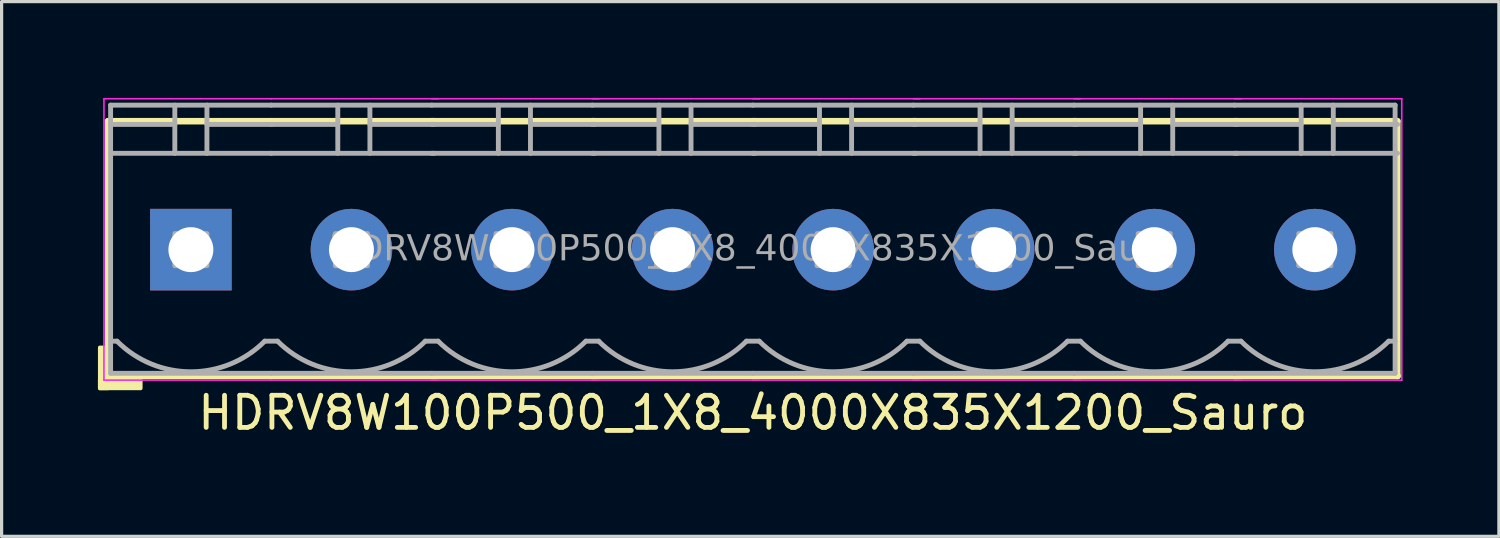
<source format=kicad_pcb>
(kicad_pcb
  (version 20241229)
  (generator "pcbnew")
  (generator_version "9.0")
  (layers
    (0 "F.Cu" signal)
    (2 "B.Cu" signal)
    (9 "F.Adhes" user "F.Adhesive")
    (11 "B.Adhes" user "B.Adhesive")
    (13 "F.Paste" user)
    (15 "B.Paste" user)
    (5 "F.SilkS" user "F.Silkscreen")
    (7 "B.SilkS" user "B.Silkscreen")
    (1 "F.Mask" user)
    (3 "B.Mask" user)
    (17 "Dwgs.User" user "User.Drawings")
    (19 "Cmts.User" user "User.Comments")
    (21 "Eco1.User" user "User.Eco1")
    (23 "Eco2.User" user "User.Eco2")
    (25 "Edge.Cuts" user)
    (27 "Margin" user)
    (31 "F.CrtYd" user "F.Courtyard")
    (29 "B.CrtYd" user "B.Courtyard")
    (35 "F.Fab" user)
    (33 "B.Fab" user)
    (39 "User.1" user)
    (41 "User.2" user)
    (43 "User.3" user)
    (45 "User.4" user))
  (footprint "HDRV8W100P500_1X8_4000X835X1200_Sauro"
    (layer "F.Cu")
    (at 20.394 4.724)
    (property "Reference" "HDRV8W100P500_1X8_4000X835X1200_Sauro" (at 0 5.08 0) (layer "F.SilkS") (effects (font (size 1 1) (thickness 0.15))))
    (attr through_hole)
    (fp_line (start -20.08 -4) (end -20.08 3.937) (stroke (width 0.203) (type solid)) (layer "F.SilkS"))
    (fp_line (start -20.08 3.937) (end -15 3.937) (stroke (width 0.203) (type solid)) (layer "F.SilkS"))
    (fp_line (start -15.005 -4) (end -20.08 -4) (stroke (width 0.203) (type solid)) (layer "F.SilkS"))
    (fp_line (start -15 3.937) (end -9.92 3.937) (stroke (width 0.203) (type solid)) (layer "F.SilkS"))
    (fp_line (start -10 3.937) (end -4.92 3.937) (stroke (width 0.203) (type solid)) (layer "F.SilkS"))
    (fp_line (start -9.93 -4) (end -15.005 -4) (stroke (width 0.203) (type solid)) (layer "F.SilkS"))
    (fp_line (start -5 3.937) (end 0.08 3.937) (stroke (width 0.203) (type solid)) (layer "F.SilkS"))
    (fp_line (start -4.93 -4) (end -10.005 -4) (stroke (width 0.203) (type solid)) (layer "F.SilkS"))
    (fp_line (start 0 3.937) (end 5.08 3.937) (stroke (width 0.203) (type solid)) (layer "F.SilkS"))
    (fp_line (start 0.07 -4) (end -5.005 -4) (stroke (width 0.203) (type solid)) (layer "F.SilkS"))
    (fp_line (start 5 3.937) (end 10.08 3.937) (stroke (width 0.203) (type solid)) (layer "F.SilkS"))
    (fp_line (start 5.07 -4) (end -0.005 -4) (stroke (width 0.203) (type solid)) (layer "F.SilkS"))
    (fp_line (start 10 3.937) (end 15.08 3.937) (stroke (width 0.203) (type solid)) (layer "F.SilkS"))
    (fp_line (start 10.07 -4) (end 4.995 -4) (stroke (width 0.203) (type solid)) (layer "F.SilkS"))
    (fp_line (start 15 3.937) (end 20.08 3.937) (stroke (width 0.203) (type solid)) (layer "F.SilkS"))
    (fp_line (start 15.07 -4) (end 9.995 -4) (stroke (width 0.203) (type solid)) (layer "F.SilkS"))
    (fp_line (start 20.07 -4) (end 14.995 -4) (stroke (width 0.203) (type solid)) (layer "F.SilkS"))
    (fp_line (start 20.07 -4) (end 20.07 3.937) (stroke (width 0.203) (type solid)) (layer "F.SilkS"))
    (fp_rect (start -20.08 3.048) (end -20.334 4.318) (stroke (width 0.12) (type solid)) (fill yes) (layer "F.SilkS"))
    (fp_rect (start -19.064 4.318) (end -20.334 4.064) (stroke (width 0.12) (type solid)) (fill yes) (layer "F.SilkS"))
    (fp_line (start -20.207 4.064) (end -20.207 -4.699) (stroke (width 0.05) (type solid)) (layer "F.CrtYd"))
    (fp_line (start -15.005 4.064) (end -20.207 4.064) (stroke (width 0.05) (type solid)) (layer "F.CrtYd"))
    (fp_line (start -15 -4.699) (end -20.207 -4.699) (stroke (width 0.05) (type solid)) (layer "F.CrtYd"))
    (fp_line (start -9.793 -4.699) (end -15 -4.699) (stroke (width 0.05) (type solid)) (layer "F.CrtYd"))
    (fp_line (start -9.793 4.064) (end -15.005 4.064) (stroke (width 0.05) (type solid)) (layer "F.CrtYd"))
    (fp_line (start -4.793 -4.699) (end -10 -4.699) (stroke (width 0.05) (type solid)) (layer "F.CrtYd"))
    (fp_line (start -4.793 4.064) (end -10.005 4.064) (stroke (width 0.05) (type solid)) (layer "F.CrtYd"))
    (fp_line (start 0.207 -4.699) (end -5 -4.699) (stroke (width 0.05) (type solid)) (layer "F.CrtYd"))
    (fp_line (start 0.207 4.064) (end -5.005 4.064) (stroke (width 0.05) (type solid)) (layer "F.CrtYd"))
    (fp_line (start 5.207 -4.699) (end 0 -4.699) (stroke (width 0.05) (type solid)) (layer "F.CrtYd"))
    (fp_line (start 5.207 4.064) (end -0.005 4.064) (stroke (width 0.05) (type solid)) (layer "F.CrtYd"))
    (fp_line (start 10.207 -4.699) (end 5 -4.699) (stroke (width 0.05) (type solid)) (layer "F.CrtYd"))
    (fp_line (start 10.207 4.064) (end 4.995 4.064) (stroke (width 0.05) (type solid)) (layer "F.CrtYd"))
    (fp_line (start 15.207 -4.699) (end 10 -4.699) (stroke (width 0.05) (type solid)) (layer "F.CrtYd"))
    (fp_line (start 15.207 4.064) (end 9.995 4.064) (stroke (width 0.05) (type solid)) (layer "F.CrtYd"))
    (fp_line (start 20.207 -4.699) (end 15 -4.699) (stroke (width 0.05) (type solid)) (layer "F.CrtYd"))
    (fp_line (start 20.207 -4.699) (end 20.207 4.064) (stroke (width 0.05) (type solid)) (layer "F.CrtYd"))
    (fp_line (start 20.207 4.064) (end 14.995 4.064) (stroke (width 0.05) (type solid)) (layer "F.CrtYd"))
    (fp_line (start -20 -4.5) (end -20 3.85) (stroke (width 0.152) (type solid)) (layer "F.Fab"))
    (fp_line (start -19.8 2.85) (end -20 2.85) (stroke (width 0.152) (type solid)) (layer "F.Fab"))
    (fp_line (start -18 -4.5) (end -18 -3) (stroke (width 0.152) (type default)) (layer "F.Fab"))
    (fp_line (start -18 -3.9) (end -20 -3.9) (stroke (width 0.152) (type solid)) (layer "F.Fab"))
    (fp_line (start -17 -4.5) (end -17 -3) (stroke (width 0.152) (type default)) (layer "F.Fab"))
    (fp_line (start -17 -3.9) (end -15 -3.9) (stroke (width 0.152) (type solid)) (layer "F.Fab"))
    (fp_line (start -15.2 2.85) (end -14.8 2.85) (stroke (width 0.152) (type solid)) (layer "F.Fab"))
    (fp_line (start -15 -4.5) (end -20 -4.5) (stroke (width 0.152) (type solid)) (layer "F.Fab"))
    (fp_line (start -15 -3) (end -20 -3) (stroke (width 0.152) (type solid)) (layer "F.Fab"))
    (fp_line (start -15 3.85) (end -20 3.85) (stroke (width 0.152) (type solid)) (layer "F.Fab"))
    (fp_line (start -15 3.85) (end -10 3.85) (stroke (width 0.152) (type solid)) (layer "F.Fab"))
    (fp_line (start -12.925 -4.5) (end -12.925 -3) (stroke (width 0.152) (type default)) (layer "F.Fab"))
    (fp_line (start -12.925 -3.9) (end -15 -3.9) (stroke (width 0.152) (type solid)) (layer "F.Fab"))
    (fp_line (start -11.925 -4.5) (end -11.925 -3) (stroke (width 0.152) (type default)) (layer "F.Fab"))
    (fp_line (start -11.925 -3.9) (end -9.925 -3.9) (stroke (width 0.152) (type solid)) (layer "F.Fab"))
    (fp_line (start -10.2 2.85) (end -9.8 2.85) (stroke (width 0.152) (type solid)) (layer "F.Fab"))
    (fp_line (start -10 -4.5) (end -15 -4.5) (stroke (width 0.152) (type solid)) (layer "F.Fab"))
    (fp_line (start -10 3.85) (end -5 3.85) (stroke (width 0.152) (type solid)) (layer "F.Fab"))
    (fp_line (start -9.925 -3) (end -15 -3) (stroke (width 0.152) (type solid)) (layer "F.Fab"))
    (fp_line (start -7.925 -4.5) (end -7.925 -3) (stroke (width 0.152) (type default)) (layer "F.Fab"))
    (fp_line (start -7.925 -3.9) (end -10 -3.9) (stroke (width 0.152) (type solid)) (layer "F.Fab"))
    (fp_line (start -6.925 -4.5) (end -6.925 -3) (stroke (width 0.152) (type default)) (layer "F.Fab"))
    (fp_line (start -6.925 -3.9) (end -4.925 -3.9) (stroke (width 0.152) (type solid)) (layer "F.Fab"))
    (fp_line (start -5.2 2.85) (end -4.8 2.85) (stroke (width 0.152) (type solid)) (layer "F.Fab"))
    (fp_line (start -5 -4.5) (end -10 -4.5) (stroke (width 0.152) (type solid)) (layer "F.Fab"))
    (fp_line (start -5 3.85) (end 0 3.85) (stroke (width 0.152) (type solid)) (layer "F.Fab"))
    (fp_line (start -4.925 -3) (end -10 -3) (stroke (width 0.152) (type solid)) (layer "F.Fab"))
    (fp_line (start -2.925 -4.5) (end -2.925 -3) (stroke (width 0.152) (type default)) (layer "F.Fab"))
    (fp_line (start -2.925 -3.9) (end -5 -3.9) (stroke (width 0.152) (type solid)) (layer "F.Fab"))
    (fp_line (start -1.925 -4.5) (end -1.925 -3) (stroke (width 0.152) (type default)) (layer "F.Fab"))
    (fp_line (start -1.925 -3.9) (end 0.075 -3.9) (stroke (width 0.152) (type solid)) (layer "F.Fab"))
    (fp_line (start -0.2 2.85) (end 0.2 2.85) (stroke (width 0.152) (type solid)) (layer "F.Fab"))
    (fp_line (start 0 -4.5) (end -5 -4.5) (stroke (width 0.152) (type solid)) (layer "F.Fab"))
    (fp_line (start 0 3.85) (end 5 3.85) (stroke (width 0.152) (type solid)) (layer "F.Fab"))
    (fp_line (start 0.075 -3) (end -5 -3) (stroke (width 0.152) (type solid)) (layer "F.Fab"))
    (fp_line (start 2.075 -4.5) (end 2.075 -3) (stroke (width 0.152) (type default)) (layer "F.Fab"))
    (fp_line (start 2.075 -3.9) (end 0 -3.9) (stroke (width 0.152) (type solid)) (layer "F.Fab"))
    (fp_line (start 3.075 -4.5) (end 3.075 -3) (stroke (width 0.152) (type default)) (layer "F.Fab"))
    (fp_line (start 3.075 -3.9) (end 5.075 -3.9) (stroke (width 0.152) (type solid)) (layer "F.Fab"))
    (fp_line (start 4.8 2.85) (end 5.2 2.85) (stroke (width 0.152) (type solid)) (layer "F.Fab"))
    (fp_line (start 5 -4.5) (end 0 -4.5) (stroke (width 0.152) (type solid)) (layer "F.Fab"))
    (fp_line (start 5 3.85) (end 10 3.85) (stroke (width 0.152) (type solid)) (layer "F.Fab"))
    (fp_line (start 5.075 -3) (end 0 -3) (stroke (width 0.152) (type solid)) (layer "F.Fab"))
    (fp_line (start 7.075 -4.5) (end 7.075 -3) (stroke (width 0.152) (type default)) (layer "F.Fab"))
    (fp_line (start 7.075 -3.9) (end 5 -3.9) (stroke (width 0.152) (type solid)) (layer "F.Fab"))
    (fp_line (start 8.075 -4.5) (end 8.075 -3) (stroke (width 0.152) (type default)) (layer "F.Fab"))
    (fp_line (start 8.075 -3.9) (end 10.075 -3.9) (stroke (width 0.152) (type solid)) (layer "F.Fab"))
    (fp_line (start 9.8 2.85) (end 10.2 2.85) (stroke (width 0.152) (type solid)) (layer "F.Fab"))
    (fp_line (start 10 -4.5) (end 5 -4.5) (stroke (width 0.152) (type solid)) (layer "F.Fab"))
    (fp_line (start 10 3.85) (end 15 3.85) (stroke (width 0.152) (type solid)) (layer "F.Fab"))
    (fp_line (start 10.075 -3) (end 5 -3) (stroke (width 0.152) (type solid)) (layer "F.Fab"))
    (fp_line (start 12.075 -4.5) (end 12.075 -3) (stroke (width 0.152) (type default)) (layer "F.Fab"))
    (fp_line (start 12.075 -3.9) (end 10 -3.9) (stroke (width 0.152) (type solid)) (layer "F.Fab"))
    (fp_line (start 13.075 -4.5) (end 13.075 -3) (stroke (width 0.152) (type default)) (layer "F.Fab"))
    (fp_line (start 13.075 -3.9) (end 15.075 -3.9) (stroke (width 0.152) (type solid)) (layer "F.Fab"))
    (fp_line (start 14.8 2.85) (end 15.2 2.85) (stroke (width 0.152) (type solid)) (layer "F.Fab"))
    (fp_line (start 15 -4.5) (end 10 -4.5) (stroke (width 0.152) (type solid)) (layer "F.Fab"))
    (fp_line (start 15 3.85) (end 20 3.85) (stroke (width 0.152) (type solid)) (layer "F.Fab"))
    (fp_line (start 15.075 -3) (end 10 -3) (stroke (width 0.152) (type solid)) (layer "F.Fab"))
    (fp_line (start 17.075 -4.5) (end 17.075 -3) (stroke (width 0.152) (type default)) (layer "F.Fab"))
    (fp_line (start 17.075 -3.9) (end 15 -3.9) (stroke (width 0.152) (type solid)) (layer "F.Fab"))
    (fp_line (start 18.075 -4.5) (end 18.075 -3) (stroke (width 0.152) (type default)) (layer "F.Fab"))
    (fp_line (start 18.075 -3.9) (end 20.075 -3.9) (stroke (width 0.152) (type solid)) (layer "F.Fab"))
    (fp_line (start 20 -4.5) (end 15 -4.5) (stroke (width 0.152) (type solid)) (layer "F.Fab"))
    (fp_line (start 20 -4.5) (end 20 3.85) (stroke (width 0.152) (type solid)) (layer "F.Fab"))
    (fp_line (start 20 2.85) (end 19.8 2.85) (stroke (width 0.152) (type solid)) (layer "F.Fab"))
    (fp_line (start 20.075 -3) (end 15 -3) (stroke (width 0.152) (type solid)) (layer "F.Fab"))
    (fp_rect (start -18 -0.5) (end -17 0.5) (stroke (width 0.152) (type solid)) (fill no) (layer "F.Fab"))
    (fp_rect (start -13 -0.5) (end -12 0.5) (stroke (width 0.152) (type solid)) (fill no) (layer "F.Fab"))
    (fp_rect (start -8 -0.5) (end -7 0.5) (stroke (width 0.152) (type solid)) (fill no) (layer "F.Fab"))
    (fp_rect (start -3 -0.5) (end -2 0.5) (stroke (width 0.152) (type solid)) (fill no) (layer "F.Fab"))
    (fp_rect (start 2 -0.5) (end 3 0.5) (stroke (width 0.152) (type solid)) (fill no) (layer "F.Fab"))
    (fp_rect (start 7 -0.5) (end 8 0.5) (stroke (width 0.152) (type solid)) (fill no) (layer "F.Fab"))
    (fp_rect (start 12 -0.5) (end 13 0.5) (stroke (width 0.152) (type solid)) (fill no) (layer "F.Fab"))
    (fp_rect (start 17 -0.5) (end 18 0.5) (stroke (width 0.152) (type solid)) (fill no) (layer "F.Fab"))
    (fp_arc (start -15.2 2.85) (mid -17.5 3.802691) (end -19.8 2.85) (stroke (width 0.1524) (type default)) (layer "F.Fab"))
    (fp_arc (start -10.2 2.85) (mid -12.5 3.802691) (end -14.8 2.85) (stroke (width 0.1524) (type default)) (layer "F.Fab"))
    (fp_arc (start -5.2 2.85) (mid -7.5 3.802691) (end -9.8 2.85) (stroke (width 0.1524) (type default)) (layer "F.Fab"))
    (fp_arc (start -0.2 2.85) (mid -2.5 3.802691) (end -4.8 2.85) (stroke (width 0.1524) (type default)) (layer "F.Fab"))
    (fp_arc (start 4.8 2.85) (mid 2.5 3.802691) (end 0.2 2.85) (stroke (width 0.1524) (type default)) (layer "F.Fab"))
    (fp_arc (start 9.8 2.85) (mid 7.5 3.802691) (end 5.2 2.85) (stroke (width 0.1524) (type default)) (layer "F.Fab"))
    (fp_arc (start 14.8 2.85) (mid 12.5 3.802691) (end 10.2 2.85) (stroke (width 0.1524) (type default)) (layer "F.Fab"))
    (fp_arc (start 19.8 2.85) (mid 17.5 3.802691) (end 15.2 2.85) (stroke (width 0.1524) (type default)) (layer "F.Fab"))
    (fp_text user "${REFERENCE}" (at 0 0 0) (layer "F.Fab") (effects (font (face "Tahoma") (size 0.8 0.8) (thickness 0.15))))
    (pad "1" thru_hole rect (at -17.5 0) (size 2.54 2.54) (drill 1.4) (layers "*.Cu" "*.Mask"))
    (pad "2" thru_hole circle (at -12.5 0) (size 2.54 2.54) (drill 1.4) (layers "*.Cu" "*.Mask"))
    (pad "3" thru_hole circle (at -7.5 0) (size 2.54 2.54) (drill 1.4) (layers "*.Cu" "*.Mask"))
    (pad "4" thru_hole circle (at -2.5 0) (size 2.54 2.54) (drill 1.4) (layers "*.Cu" "*.Mask"))
    (pad "5" thru_hole circle (at 2.5 0) (size 2.54 2.54) (drill 1.4) (layers "*.Cu" "*.Mask"))
    (pad "6" thru_hole circle (at 7.5 0) (size 2.54 2.54) (drill 1.4) (layers "*.Cu" "*.Mask"))
    (pad "7" thru_hole circle (at 12.5 0) (size 2.54 2.54) (drill 1.4) (layers "*.Cu" "*.Mask"))
    (pad "8" thru_hole circle (at 17.5 0) (size 2.54 2.54) (drill 1.4) (layers "*.Cu" "*.Mask")))
  (gr_rect
    (start -3 -3)
    (end 43.626 13.652)
    (stroke (width 0.1) (type default))
    (fill no)
    (layer "Edge.Cuts")))
</source>
